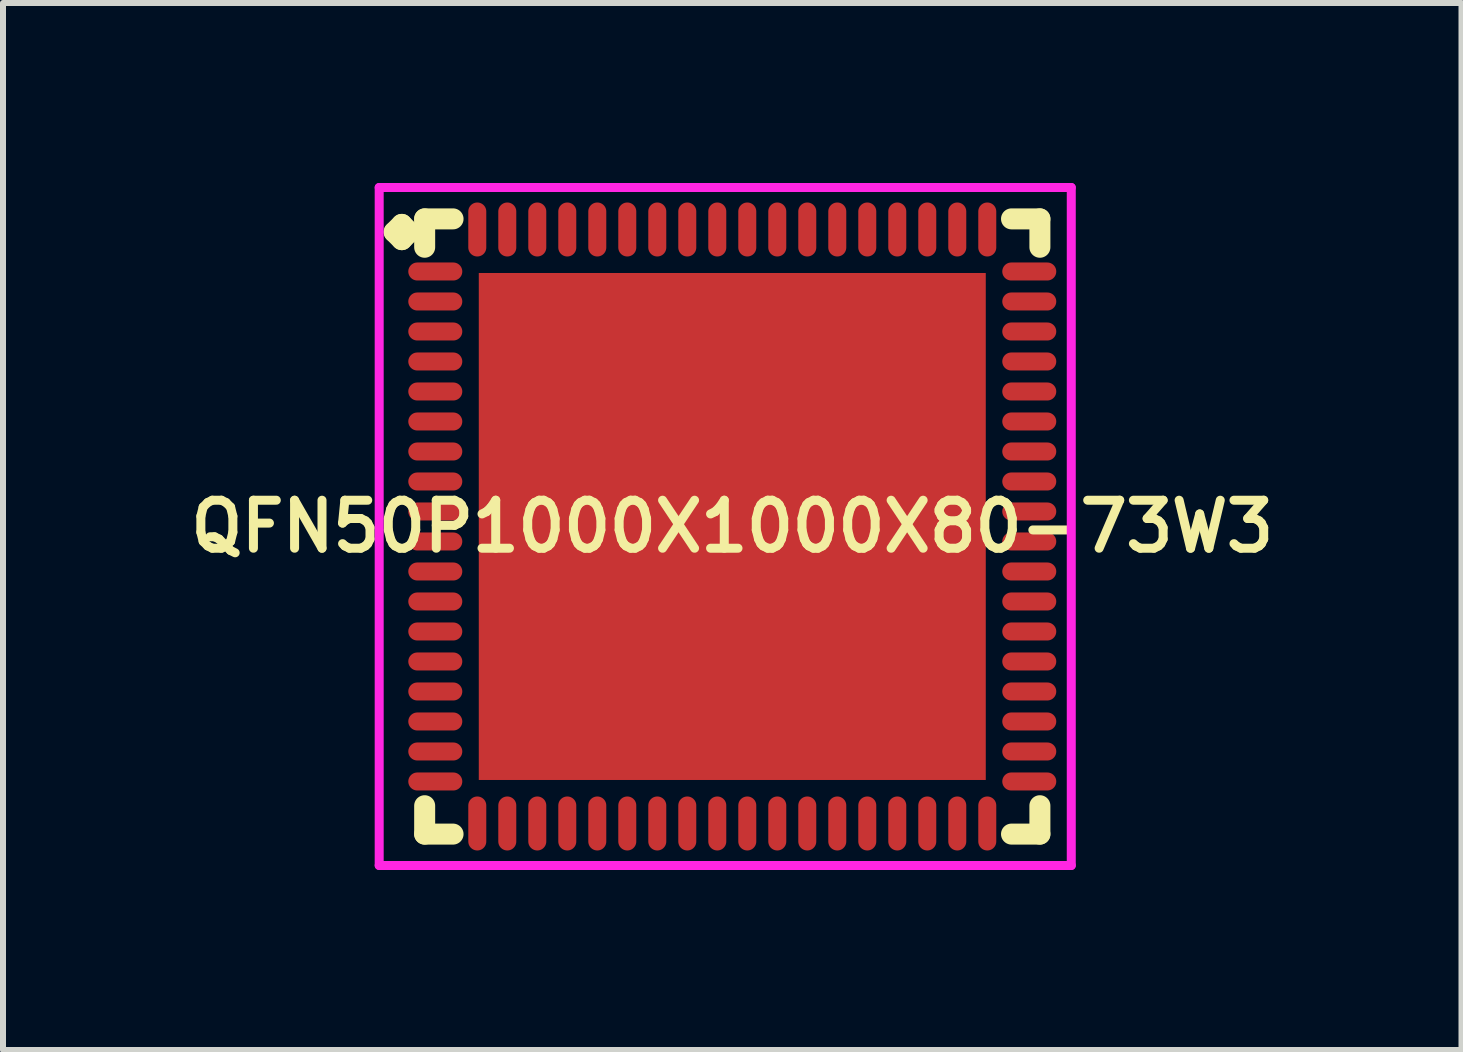
<source format=kicad_pcb>
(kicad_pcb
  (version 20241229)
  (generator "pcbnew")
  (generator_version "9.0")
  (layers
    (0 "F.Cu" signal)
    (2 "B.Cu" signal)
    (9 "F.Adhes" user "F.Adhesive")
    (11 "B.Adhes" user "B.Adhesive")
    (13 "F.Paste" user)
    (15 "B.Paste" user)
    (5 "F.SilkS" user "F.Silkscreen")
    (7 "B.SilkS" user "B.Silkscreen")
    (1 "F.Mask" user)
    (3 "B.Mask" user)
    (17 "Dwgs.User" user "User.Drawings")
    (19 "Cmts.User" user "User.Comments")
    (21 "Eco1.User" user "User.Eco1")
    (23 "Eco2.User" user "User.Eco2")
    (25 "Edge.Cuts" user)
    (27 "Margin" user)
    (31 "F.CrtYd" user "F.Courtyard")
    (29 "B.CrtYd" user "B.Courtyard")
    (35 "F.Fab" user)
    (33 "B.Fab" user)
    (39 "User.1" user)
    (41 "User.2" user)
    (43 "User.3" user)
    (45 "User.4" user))
  (footprint "QFN50P1000X1000X80-73W3"
    (layer "F.Cu")
    (at 9.155 5.725)
    (property "Reference" "QFN50P1000X1000X80-73W3" (at 0 0 0) (layer "F.SilkS") (effects (font (size 0.8 0.8) (thickness 0.15))))
    (attr smd)
    (fp_line (start -5.635 -4.908) (end -5.508 -5.035) (stroke (width 0.35) (type solid)) (layer "F.SilkS"))
    (fp_line (start -5.508 -5.035) (end -5.381 -4.908) (stroke (width 0.35) (type solid)) (layer "F.SilkS"))
    (fp_line (start -5.508 -4.781) (end -5.635 -4.908) (stroke (width 0.35) (type solid)) (layer "F.SilkS"))
    (fp_line (start -5.381 -4.908) (end -5.508 -4.781) (stroke (width 0.35) (type solid)) (layer "F.SilkS"))
    (fp_line (start -5.127 -5.127) (end -4.654 -5.127) (stroke (width 0.35) (type solid)) (layer "F.SilkS"))
    (fp_line (start -5.127 -4.654) (end -5.127 -5.127) (stroke (width 0.35) (type solid)) (layer "F.SilkS"))
    (fp_line (start -5.127 4.654) (end -5.127 5.127) (stroke (width 0.35) (type solid)) (layer "F.SilkS"))
    (fp_line (start -5.127 5.127) (end -4.654 5.127) (stroke (width 0.35) (type solid)) (layer "F.SilkS"))
    (fp_line (start 4.654 -5.127) (end 5.127 -5.127) (stroke (width 0.35) (type solid)) (layer "F.SilkS"))
    (fp_line (start 4.654 5.127) (end 5.127 5.127) (stroke (width 0.35) (type solid)) (layer "F.SilkS"))
    (fp_line (start 5.127 -5.127) (end 5.127 -4.654) (stroke (width 0.35) (type solid)) (layer "F.SilkS"))
    (fp_line (start 5.127 5.127) (end 5.127 4.654) (stroke (width 0.35) (type solid)) (layer "F.SilkS"))
    (fp_line (start -5.885 -5.65) (end 5.65 -5.65) (stroke (width 0.15) (type solid)) (layer "F.CrtYd"))
    (fp_line (start -5.885 5.65) (end -5.885 -5.65) (stroke (width 0.15) (type solid)) (layer "F.CrtYd"))
    (fp_line (start 5.65 -5.65) (end 5.65 5.65) (stroke (width 0.15) (type solid)) (layer "F.CrtYd"))
    (fp_line (start 5.65 5.65) (end -5.885 5.65) (stroke (width 0.15) (type solid)) (layer "F.CrtYd"))
    (pad "1" smd oval (at -4.95 -4.25) (size 0.9 0.3) (layers "F.Cu" "F.Mask" "F.Paste"))
    (pad "2" smd oval (at -4.95 -3.75) (size 0.9 0.3) (layers "F.Cu" "F.Mask" "F.Paste"))
    (pad "3" smd oval (at -4.95 -3.25) (size 0.9 0.3) (layers "F.Cu" "F.Mask" "F.Paste"))
    (pad "4" smd oval (at -4.95 -2.75) (size 0.9 0.3) (layers "F.Cu" "F.Mask" "F.Paste"))
    (pad "5" smd oval (at -4.95 -2.25) (size 0.9 0.3) (layers "F.Cu" "F.Mask" "F.Paste"))
    (pad "6" smd oval (at -4.95 -1.75) (size 0.9 0.3) (layers "F.Cu" "F.Mask" "F.Paste"))
    (pad "7" smd oval (at -4.95 -1.25) (size 0.9 0.3) (layers "F.Cu" "F.Mask" "F.Paste"))
    (pad "8" smd oval (at -4.95 -0.75) (size 0.9 0.3) (layers "F.Cu" "F.Mask" "F.Paste"))
    (pad "9" smd oval (at -4.95 -0.25) (size 0.9 0.3) (layers "F.Cu" "F.Mask" "F.Paste"))
    (pad "10" smd oval (at -4.95 0.25) (size 0.9 0.3) (layers "F.Cu" "F.Mask" "F.Paste"))
    (pad "11" smd oval (at -4.95 0.75) (size 0.9 0.3) (layers "F.Cu" "F.Mask" "F.Paste"))
    (pad "12" smd oval (at -4.95 1.25) (size 0.9 0.3) (layers "F.Cu" "F.Mask" "F.Paste"))
    (pad "13" smd oval (at -4.95 1.75) (size 0.9 0.3) (layers "F.Cu" "F.Mask" "F.Paste"))
    (pad "14" smd oval (at -4.95 2.25) (size 0.9 0.3) (layers "F.Cu" "F.Mask" "F.Paste"))
    (pad "15" smd oval (at -4.95 2.75) (size 0.9 0.3) (layers "F.Cu" "F.Mask" "F.Paste"))
    (pad "16" smd oval (at -4.95 3.25) (size 0.9 0.3) (layers "F.Cu" "F.Mask" "F.Paste"))
    (pad "17" smd oval (at -4.95 3.75) (size 0.9 0.3) (layers "F.Cu" "F.Mask" "F.Paste"))
    (pad "18" smd oval (at -4.95 4.25) (size 0.9 0.3) (layers "F.Cu" "F.Mask" "F.Paste"))
    (pad "19" smd oval (at -4.25 4.95) (size 0.3 0.9) (layers "F.Cu" "F.Mask" "F.Paste"))
    (pad "20" smd oval (at -3.75 4.95) (size 0.3 0.9) (layers "F.Cu" "F.Mask" "F.Paste"))
    (pad "21" smd oval (at -3.25 4.95) (size 0.3 0.9) (layers "F.Cu" "F.Mask" "F.Paste"))
    (pad "22" smd oval (at -2.75 4.95) (size 0.3 0.9) (layers "F.Cu" "F.Mask" "F.Paste"))
    (pad "23" smd oval (at -2.25 4.95) (size 0.3 0.9) (layers "F.Cu" "F.Mask" "F.Paste"))
    (pad "24" smd oval (at -1.75 4.95) (size 0.3 0.9) (layers "F.Cu" "F.Mask" "F.Paste"))
    (pad "25" smd oval (at -1.25 4.95) (size 0.3 0.9) (layers "F.Cu" "F.Mask" "F.Paste"))
    (pad "26" smd oval (at -0.75 4.95) (size 0.3 0.9) (layers "F.Cu" "F.Mask" "F.Paste"))
    (pad "27" smd oval (at -0.25 4.95) (size 0.3 0.9) (layers "F.Cu" "F.Mask" "F.Paste"))
    (pad "28" smd oval (at 0.25 4.95) (size 0.3 0.9) (layers "F.Cu" "F.Mask" "F.Paste"))
    (pad "29" smd oval (at 0.75 4.95) (size 0.3 0.9) (layers "F.Cu" "F.Mask" "F.Paste"))
    (pad "30" smd oval (at 1.25 4.95) (size 0.3 0.9) (layers "F.Cu" "F.Mask" "F.Paste"))
    (pad "31" smd oval (at 1.75 4.95) (size 0.3 0.9) (layers "F.Cu" "F.Mask" "F.Paste"))
    (pad "32" smd oval (at 2.25 4.95) (size 0.3 0.9) (layers "F.Cu" "F.Mask" "F.Paste"))
    (pad "33" smd oval (at 2.75 4.95) (size 0.3 0.9) (layers "F.Cu" "F.Mask" "F.Paste"))
    (pad "34" smd oval (at 3.25 4.95) (size 0.3 0.9) (layers "F.Cu" "F.Mask" "F.Paste"))
    (pad "35" smd oval (at 3.75 4.95) (size 0.3 0.9) (layers "F.Cu" "F.Mask" "F.Paste"))
    (pad "36" smd oval (at 4.25 4.95) (size 0.3 0.9) (layers "F.Cu" "F.Mask" "F.Paste"))
    (pad "37" smd oval (at 4.95 4.25) (size 0.9 0.3) (layers "F.Cu" "F.Mask" "F.Paste"))
    (pad "38" smd oval (at 4.95 3.75) (size 0.9 0.3) (layers "F.Cu" "F.Mask" "F.Paste"))
    (pad "39" smd oval (at 4.95 3.25) (size 0.9 0.3) (layers "F.Cu" "F.Mask" "F.Paste"))
    (pad "40" smd oval (at 4.95 2.75) (size 0.9 0.3) (layers "F.Cu" "F.Mask" "F.Paste"))
    (pad "41" smd oval (at 4.95 2.25) (size 0.9 0.3) (layers "F.Cu" "F.Mask" "F.Paste"))
    (pad "42" smd oval (at 4.95 1.75) (size 0.9 0.3) (layers "F.Cu" "F.Mask" "F.Paste"))
    (pad "43" smd oval (at 4.95 1.25) (size 0.9 0.3) (layers "F.Cu" "F.Mask" "F.Paste"))
    (pad "44" smd oval (at 4.95 0.75) (size 0.9 0.3) (layers "F.Cu" "F.Mask" "F.Paste"))
    (pad "45" smd oval (at 4.95 0.25) (size 0.9 0.3) (layers "F.Cu" "F.Mask" "F.Paste"))
    (pad "46" smd oval (at 4.95 -0.25) (size 0.9 0.3) (layers "F.Cu" "F.Mask" "F.Paste"))
    (pad "47" smd oval (at 4.95 -0.75) (size 0.9 0.3) (layers "F.Cu" "F.Mask" "F.Paste"))
    (pad "48" smd oval (at 4.95 -1.25) (size 0.9 0.3) (layers "F.Cu" "F.Mask" "F.Paste"))
    (pad "49" smd oval (at 4.95 -1.75) (size 0.9 0.3) (layers "F.Cu" "F.Mask" "F.Paste"))
    (pad "50" smd oval (at 4.95 -2.25) (size 0.9 0.3) (layers "F.Cu" "F.Mask" "F.Paste"))
    (pad "51" smd oval (at 4.95 -2.75) (size 0.9 0.3) (layers "F.Cu" "F.Mask" "F.Paste"))
    (pad "52" smd oval (at 4.95 -3.25) (size 0.9 0.3) (layers "F.Cu" "F.Mask" "F.Paste"))
    (pad "53" smd oval (at 4.95 -3.75) (size 0.9 0.3) (layers "F.Cu" "F.Mask" "F.Paste"))
    (pad "54" smd oval (at 4.95 -4.25) (size 0.9 0.3) (layers "F.Cu" "F.Mask" "F.Paste"))
    (pad "55" smd oval (at 4.25 -4.95) (size 0.3 0.9) (layers "F.Cu" "F.Mask" "F.Paste"))
    (pad "56" smd oval (at 3.75 -4.95) (size 0.3 0.9) (layers "F.Cu" "F.Mask" "F.Paste"))
    (pad "57" smd oval (at 3.25 -4.95) (size 0.3 0.9) (layers "F.Cu" "F.Mask" "F.Paste"))
    (pad "58" smd oval (at 2.75 -4.95) (size 0.3 0.9) (layers "F.Cu" "F.Mask" "F.Paste"))
    (pad "59" smd oval (at 2.25 -4.95) (size 0.3 0.9) (layers "F.Cu" "F.Mask" "F.Paste"))
    (pad "60" smd oval (at 1.75 -4.95) (size 0.3 0.9) (layers "F.Cu" "F.Mask" "F.Paste"))
    (pad "61" smd oval (at 1.25 -4.95) (size 0.3 0.9) (layers "F.Cu" "F.Mask" "F.Paste"))
    (pad "62" smd oval (at 0.75 -4.95) (size 0.3 0.9) (layers "F.Cu" "F.Mask" "F.Paste"))
    (pad "63" smd oval (at 0.25 -4.95) (size 0.3 0.9) (layers "F.Cu" "F.Mask" "F.Paste"))
    (pad "64" smd oval (at -0.25 -4.95) (size 0.3 0.9) (layers "F.Cu" "F.Mask" "F.Paste"))
    (pad "65" smd oval (at -0.75 -4.95) (size 0.3 0.9) (layers "F.Cu" "F.Mask" "F.Paste"))
    (pad "66" smd oval (at -1.25 -4.95) (size 0.3 0.9) (layers "F.Cu" "F.Mask" "F.Paste"))
    (pad "67" smd oval (at -1.75 -4.95) (size 0.3 0.9) (layers "F.Cu" "F.Mask" "F.Paste"))
    (pad "68" smd oval (at -2.25 -4.95) (size 0.3 0.9) (layers "F.Cu" "F.Mask" "F.Paste"))
    (pad "69" smd oval (at -2.75 -4.95) (size 0.3 0.9) (layers "F.Cu" "F.Mask" "F.Paste"))
    (pad "70" smd oval (at -3.25 -4.95) (size 0.3 0.9) (layers "F.Cu" "F.Mask" "F.Paste"))
    (pad "71" smd oval (at -3.75 -4.95) (size 0.3 0.9) (layers "F.Cu" "F.Mask" "F.Paste"))
    (pad "72" smd oval (at -4.25 -4.95) (size 0.3 0.9) (layers "F.Cu" "F.Mask" "F.Paste"))
    (pad "73" smd rect (at 0 0) (size 8.45 8.45) (layers "F.Cu" "F.Mask" "F.Paste")))
  (gr_rect
    (start -3 -3)
    (end 21.309 14.45)
    (stroke (width 0.1) (type default))
    (fill no)
    (layer "Edge.Cuts")))
</source>
